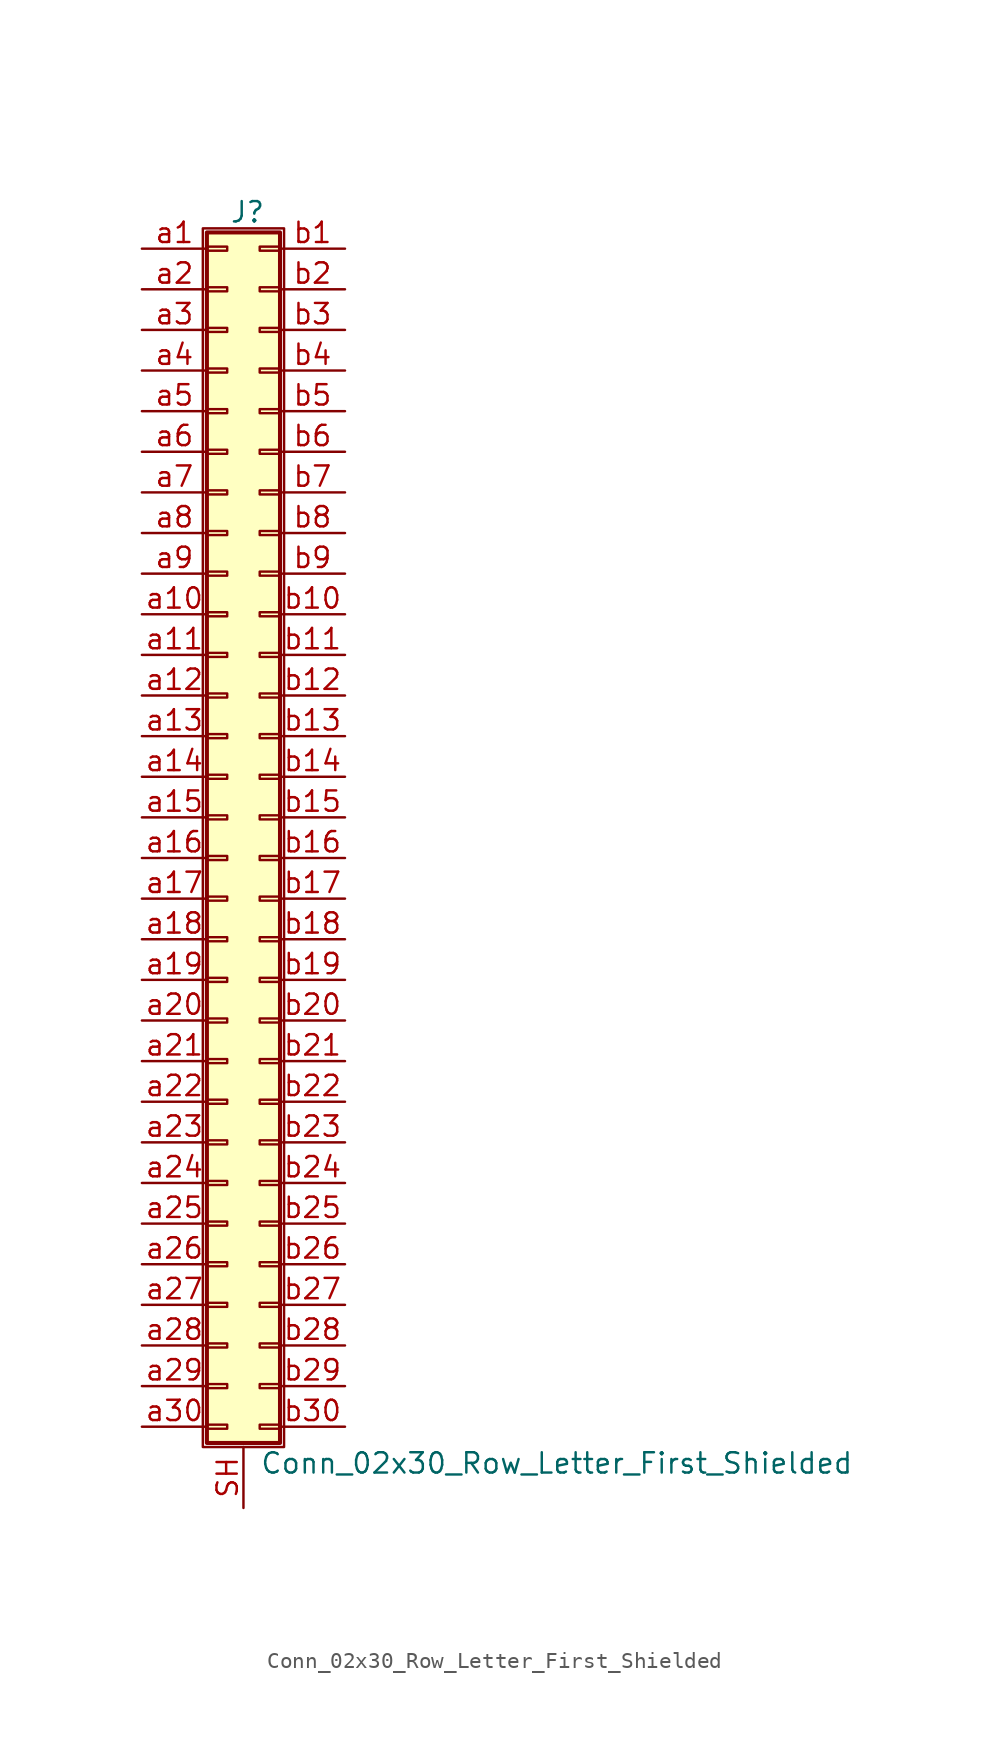
<source format=kicad_sym>
(kicad_symbol_lib
  (version 20201005)
  (generator kicad_symbol_editor)
  (symbol "Connector_Generic_Shielded:Conn_02x30_Row_Letter_First_Shielded"
    (pin_names
      (offset 1.016) hide)
    (property "Reference" "J"
      (at 1.524 37.846 0)
      (effects (font (size 1.27 1.27))))
    (property "Value" "Conn_02x30_Row_Letter_First_Shielded"
      (at 2.286 -40.386 0)
      (effects (font (size 1.27 1.27)) (justify left)))
    (symbol "Conn_02x30_Row_Letter_First_Shielded_1_1"
      (rectangle (start -1.016 -27.813) (end 0.254 -28.067) (stroke (width 0.152)) (fill (type none)))
      (rectangle (start -1.016 -30.353) (end 0.254 -30.607) (stroke (width 0.152)) (fill (type none)))
      (rectangle (start -1.016 -32.893) (end 0.254 -33.147) (stroke (width 0.152)) (fill (type none)))
      (rectangle (start -1.016 -35.433) (end 0.254 -35.687) (stroke (width 0.152)) (fill (type none)))
      (rectangle (start -1.016 -37.973) (end 0.254 -38.227) (stroke (width 0.152)) (fill (type none)))
      (rectangle (start -1.016 -4.953) (end 0.254 -5.207) (stroke (width 0.152)) (fill (type none)))
      (rectangle (start -1.016 -7.493) (end 0.254 -7.747) (stroke (width 0.152)) (fill (type none)))
      (rectangle (start -1.016 -10.033) (end 0.254 -10.287) (stroke (width 0.152)) (fill (type none)))
      (rectangle (start -1.016 -12.573) (end 0.254 -12.827) (stroke (width 0.152)) (fill (type none)))
      (rectangle (start -1.016 -15.113) (end 0.254 -15.367) (stroke (width 0.152)) (fill (type none)))
      (rectangle (start -1.016 -17.653) (end 0.254 -17.907) (stroke (width 0.152)) (fill (type none)))
      (rectangle (start -1.016 -20.193) (end 0.254 -20.447) (stroke (width 0.152)) (fill (type none)))
      (rectangle (start -1.016 -22.733) (end 0.254 -22.987) (stroke (width 0.152)) (fill (type none)))
      (rectangle (start -1.016 -2.413) (end 0.254 -2.667) (stroke (width 0.152)) (fill (type none)))
      (rectangle (start -1.016 -25.273) (end 0.254 -25.527) (stroke (width 0.152)) (fill (type none)))
      (rectangle (start -1.016 25.527) (end 0.254 25.273) (stroke (width 0.152)) (fill (type none)))
      (rectangle (start -1.016 2.667) (end 0.254 2.413) (stroke (width 0.152)) (fill (type none)))
      (rectangle (start -1.016 28.067) (end 0.254 27.813) (stroke (width 0.152)) (fill (type none)))
      (rectangle (start -1.016 30.607) (end 0.254 30.353) (stroke (width 0.152)) (fill (type none)))
      (rectangle (start -1.016 33.147) (end 0.254 32.893) (stroke (width 0.152)) (fill (type none)))
      (rectangle (start -1.016 35.687) (end 0.254 35.433) (stroke (width 0.152)) (fill (type none)))
      (rectangle (start -1.016 36.576) (end 3.556 -39.116) (stroke (width 0.254)) (fill (type background)))
      (rectangle (start -1.016 5.207) (end 0.254 4.953) (stroke (width 0.152)) (fill (type none)))
      (rectangle (start -1.016 7.747) (end 0.254 7.493) (stroke (width 0.152)) (fill (type none)))
      (rectangle (start -1.016 10.287) (end 0.254 10.033) (stroke (width 0.152)) (fill (type none)))
      (rectangle (start -1.016 0.127) (end 0.254 -0.127) (stroke (width 0.152)) (fill (type none)))
      (rectangle (start -1.016 12.827) (end 0.254 12.573) (stroke (width 0.152)) (fill (type none)))
      (rectangle (start -1.016 15.367) (end 0.254 15.113) (stroke (width 0.152)) (fill (type none)))
      (rectangle (start -1.016 17.907) (end 0.254 17.653) (stroke (width 0.152)) (fill (type none)))
      (rectangle (start -1.016 20.447) (end 0.254 20.193) (stroke (width 0.152)) (fill (type none)))
      (rectangle (start -1.016 22.987) (end 0.254 22.733) (stroke (width 0.152)) (fill (type none)))
      (rectangle (start -1.27 36.83) (end 3.81 -39.37) (stroke (width 0.152)) (fill (type none)))
      (rectangle (start 3.556 -27.813) (end 2.286 -28.067) (stroke (width 0.152)) (fill (type none)))
      (rectangle (start 3.556 -30.353) (end 2.286 -30.607) (stroke (width 0.152)) (fill (type none)))
      (rectangle (start 3.556 -32.893) (end 2.286 -33.147) (stroke (width 0.152)) (fill (type none)))
      (rectangle (start 3.556 -35.433) (end 2.286 -35.687) (stroke (width 0.152)) (fill (type none)))
      (rectangle (start 3.556 -37.973) (end 2.286 -38.227) (stroke (width 0.152)) (fill (type none)))
      (rectangle (start 3.556 -4.953) (end 2.286 -5.207) (stroke (width 0.152)) (fill (type none)))
      (rectangle (start 3.556 -7.493) (end 2.286 -7.747) (stroke (width 0.152)) (fill (type none)))
      (rectangle (start 3.556 -10.033) (end 2.286 -10.287) (stroke (width 0.152)) (fill (type none)))
      (rectangle (start 3.556 -12.573) (end 2.286 -12.827) (stroke (width 0.152)) (fill (type none)))
      (rectangle (start 3.556 -15.113) (end 2.286 -15.367) (stroke (width 0.152)) (fill (type none)))
      (rectangle (start 3.556 -17.653) (end 2.286 -17.907) (stroke (width 0.152)) (fill (type none)))
      (rectangle (start 3.556 -20.193) (end 2.286 -20.447) (stroke (width 0.152)) (fill (type none)))
      (rectangle (start 3.556 -22.733) (end 2.286 -22.987) (stroke (width 0.152)) (fill (type none)))
      (rectangle (start 3.556 -2.413) (end 2.286 -2.667) (stroke (width 0.152)) (fill (type none)))
      (rectangle (start 3.556 -25.273) (end 2.286 -25.527) (stroke (width 0.152)) (fill (type none)))
      (rectangle (start 3.556 25.527) (end 2.286 25.273) (stroke (width 0.152)) (fill (type none)))
      (rectangle (start 3.556 2.667) (end 2.286 2.413) (stroke (width 0.152)) (fill (type none)))
      (rectangle (start 3.556 28.067) (end 2.286 27.813) (stroke (width 0.152)) (fill (type none)))
      (rectangle (start 3.556 30.607) (end 2.286 30.353) (stroke (width 0.152)) (fill (type none)))
      (rectangle (start 3.556 33.147) (end 2.286 32.893) (stroke (width 0.152)) (fill (type none)))
      (rectangle (start 3.556 35.687) (end 2.286 35.433) (stroke (width 0.152)) (fill (type none)))
      (rectangle (start 3.556 5.207) (end 2.286 4.953) (stroke (width 0.152)) (fill (type none)))
      (rectangle (start 3.556 7.747) (end 2.286 7.493) (stroke (width 0.152)) (fill (type none)))
      (rectangle (start 3.556 10.287) (end 2.286 10.033) (stroke (width 0.152)) (fill (type none)))
      (rectangle (start 3.556 0.127) (end 2.286 -0.127) (stroke (width 0.152)) (fill (type none)))
      (rectangle (start 3.556 12.827) (end 2.286 12.573) (stroke (width 0.152)) (fill (type none)))
      (rectangle (start 3.556 15.367) (end 2.286 15.113) (stroke (width 0.152)) (fill (type none)))
      (rectangle (start 3.556 17.907) (end 2.286 17.653) (stroke (width 0.152)) (fill (type none)))
      (rectangle (start 3.556 20.447) (end 2.286 20.193) (stroke (width 0.152)) (fill (type none)))
      (rectangle (start 3.556 22.987) (end 2.286 22.733) (stroke (width 0.152)) (fill (type none)))
      (pin passive line (at -5.08 35.56 0) (length 4.064) (name "Pin_a1" (effects (font (size 1.27 1.27)))) (number "a1" (effects (font (size 1.27 1.27)))))
      (pin passive line (at -5.08 12.7 0) (length 4.064) (name "Pin_a10" (effects (font (size 1.27 1.27)))) (number "a10" (effects (font (size 1.27 1.27)))))
      (pin passive line (at -5.08 10.16 0) (length 4.064) (name "Pin_a11" (effects (font (size 1.27 1.27)))) (number "a11" (effects (font (size 1.27 1.27)))))
      (pin passive line (at -5.08 7.62 0) (length 4.064) (name "Pin_a12" (effects (font (size 1.27 1.27)))) (number "a12" (effects (font (size 1.27 1.27)))))
      (pin passive line (at -5.08 5.08 0) (length 4.064) (name "Pin_a13" (effects (font (size 1.27 1.27)))) (number "a13" (effects (font (size 1.27 1.27)))))
      (pin passive line (at -5.08 2.54 0) (length 4.064) (name "Pin_a14" (effects (font (size 1.27 1.27)))) (number "a14" (effects (font (size 1.27 1.27)))))
      (pin passive line (at -5.08 0 0) (length 4.064) (name "Pin_a15" (effects (font (size 1.27 1.27)))) (number "a15" (effects (font (size 1.27 1.27)))))
      (pin passive line (at -5.08 -2.54 0) (length 4.064) (name "Pin_a16" (effects (font (size 1.27 1.27)))) (number "a16" (effects (font (size 1.27 1.27)))))
      (pin passive line (at -5.08 -5.08 0) (length 4.064) (name "Pin_a17" (effects (font (size 1.27 1.27)))) (number "a17" (effects (font (size 1.27 1.27)))))
      (pin passive line (at -5.08 -7.62 0) (length 4.064) (name "Pin_a18" (effects (font (size 1.27 1.27)))) (number "a18" (effects (font (size 1.27 1.27)))))
      (pin passive line (at -5.08 -10.16 0) (length 4.064) (name "Pin_a19" (effects (font (size 1.27 1.27)))) (number "a19" (effects (font (size 1.27 1.27)))))
      (pin passive line (at -5.08 33.02 0) (length 4.064) (name "Pin_a2" (effects (font (size 1.27 1.27)))) (number "a2" (effects (font (size 1.27 1.27)))))
      (pin passive line (at -5.08 -12.7 0) (length 4.064) (name "Pin_a20" (effects (font (size 1.27 1.27)))) (number "a20" (effects (font (size 1.27 1.27)))))
      (pin passive line (at -5.08 -15.24 0) (length 4.064) (name "Pin_a21" (effects (font (size 1.27 1.27)))) (number "a21" (effects (font (size 1.27 1.27)))))
      (pin passive line (at -5.08 -17.78 0) (length 4.064) (name "Pin_a22" (effects (font (size 1.27 1.27)))) (number "a22" (effects (font (size 1.27 1.27)))))
      (pin passive line (at -5.08 -20.32 0) (length 4.064) (name "Pin_a23" (effects (font (size 1.27 1.27)))) (number "a23" (effects (font (size 1.27 1.27)))))
      (pin passive line (at -5.08 -22.86 0) (length 4.064) (name "Pin_a24" (effects (font (size 1.27 1.27)))) (number "a24" (effects (font (size 1.27 1.27)))))
      (pin passive line (at -5.08 -25.4 0) (length 4.064) (name "Pin_a25" (effects (font (size 1.27 1.27)))) (number "a25" (effects (font (size 1.27 1.27)))))
      (pin passive line (at -5.08 -27.94 0) (length 4.064) (name "Pin_a26" (effects (font (size 1.27 1.27)))) (number "a26" (effects (font (size 1.27 1.27)))))
      (pin passive line (at -5.08 -30.48 0) (length 4.064) (name "Pin_a27" (effects (font (size 1.27 1.27)))) (number "a27" (effects (font (size 1.27 1.27)))))
      (pin passive line (at -5.08 -33.02 0) (length 4.064) (name "Pin_a28" (effects (font (size 1.27 1.27)))) (number "a28" (effects (font (size 1.27 1.27)))))
      (pin passive line (at -5.08 -35.56 0) (length 4.064) (name "Pin_a29" (effects (font (size 1.27 1.27)))) (number "a29" (effects (font (size 1.27 1.27)))))
      (pin passive line (at -5.08 30.48 0) (length 4.064) (name "Pin_a3" (effects (font (size 1.27 1.27)))) (number "a3" (effects (font (size 1.27 1.27)))))
      (pin passive line (at -5.08 -38.1 0) (length 4.064) (name "Pin_a30" (effects (font (size 1.27 1.27)))) (number "a30" (effects (font (size 1.27 1.27)))))
      (pin passive line (at -5.08 27.94 0) (length 4.064) (name "Pin_a4" (effects (font (size 1.27 1.27)))) (number "a4" (effects (font (size 1.27 1.27)))))
      (pin passive line (at -5.08 25.4 0) (length 4.064) (name "Pin_a5" (effects (font (size 1.27 1.27)))) (number "a5" (effects (font (size 1.27 1.27)))))
      (pin passive line (at -5.08 22.86 0) (length 4.064) (name "Pin_a6" (effects (font (size 1.27 1.27)))) (number "a6" (effects (font (size 1.27 1.27)))))
      (pin passive line (at -5.08 20.32 0) (length 4.064) (name "Pin_a7" (effects (font (size 1.27 1.27)))) (number "a7" (effects (font (size 1.27 1.27)))))
      (pin passive line (at -5.08 17.78 0) (length 4.064) (name "Pin_a8" (effects (font (size 1.27 1.27)))) (number "a8" (effects (font (size 1.27 1.27)))))
      (pin passive line (at -5.08 15.24 0) (length 4.064) (name "Pin_a9" (effects (font (size 1.27 1.27)))) (number "a9" (effects (font (size 1.27 1.27)))))
      (pin passive line (at 7.62 35.56 180) (length 4.064) (name "Pin_b1" (effects (font (size 1.27 1.27)))) (number "b1" (effects (font (size 1.27 1.27)))))
      (pin passive line (at 7.62 12.7 180) (length 4.064) (name "Pin_b10" (effects (font (size 1.27 1.27)))) (number "b10" (effects (font (size 1.27 1.27)))))
      (pin passive line (at 7.62 10.16 180) (length 4.064) (name "Pin_b11" (effects (font (size 1.27 1.27)))) (number "b11" (effects (font (size 1.27 1.27)))))
      (pin passive line (at 7.62 7.62 180) (length 4.064) (name "Pin_b12" (effects (font (size 1.27 1.27)))) (number "b12" (effects (font (size 1.27 1.27)))))
      (pin passive line (at 7.62 5.08 180) (length 4.064) (name "Pin_b13" (effects (font (size 1.27 1.27)))) (number "b13" (effects (font (size 1.27 1.27)))))
      (pin passive line (at 7.62 2.54 180) (length 4.064) (name "Pin_b14" (effects (font (size 1.27 1.27)))) (number "b14" (effects (font (size 1.27 1.27)))))
      (pin passive line (at 7.62 0 180) (length 4.064) (name "Pin_b15" (effects (font (size 1.27 1.27)))) (number "b15" (effects (font (size 1.27 1.27)))))
      (pin passive line (at 7.62 -2.54 180) (length 4.064) (name "Pin_b16" (effects (font (size 1.27 1.27)))) (number "b16" (effects (font (size 1.27 1.27)))))
      (pin passive line (at 7.62 -5.08 180) (length 4.064) (name "Pin_b17" (effects (font (size 1.27 1.27)))) (number "b17" (effects (font (size 1.27 1.27)))))
      (pin passive line (at 7.62 -7.62 180) (length 4.064) (name "Pin_b18" (effects (font (size 1.27 1.27)))) (number "b18" (effects (font (size 1.27 1.27)))))
      (pin passive line (at 7.62 -10.16 180) (length 4.064) (name "Pin_b19" (effects (font (size 1.27 1.27)))) (number "b19" (effects (font (size 1.27 1.27)))))
      (pin passive line (at 7.62 33.02 180) (length 4.064) (name "Pin_b2" (effects (font (size 1.27 1.27)))) (number "b2" (effects (font (size 1.27 1.27)))))
      (pin passive line (at 7.62 -12.7 180) (length 4.064) (name "Pin_b20" (effects (font (size 1.27 1.27)))) (number "b20" (effects (font (size 1.27 1.27)))))
      (pin passive line (at 7.62 -15.24 180) (length 4.064) (name "Pin_b21" (effects (font (size 1.27 1.27)))) (number "b21" (effects (font (size 1.27 1.27)))))
      (pin passive line (at 7.62 -17.78 180) (length 4.064) (name "Pin_b22" (effects (font (size 1.27 1.27)))) (number "b22" (effects (font (size 1.27 1.27)))))
      (pin passive line (at 7.62 -20.32 180) (length 4.064) (name "Pin_b23" (effects (font (size 1.27 1.27)))) (number "b23" (effects (font (size 1.27 1.27)))))
      (pin passive line (at 7.62 -22.86 180) (length 4.064) (name "Pin_b24" (effects (font (size 1.27 1.27)))) (number "b24" (effects (font (size 1.27 1.27)))))
      (pin passive line (at 7.62 -25.4 180) (length 4.064) (name "Pin_b25" (effects (font (size 1.27 1.27)))) (number "b25" (effects (font (size 1.27 1.27)))))
      (pin passive line (at 7.62 -27.94 180) (length 4.064) (name "Pin_b26" (effects (font (size 1.27 1.27)))) (number "b26" (effects (font (size 1.27 1.27)))))
      (pin passive line (at 7.62 -30.48 180) (length 4.064) (name "Pin_b27" (effects (font (size 1.27 1.27)))) (number "b27" (effects (font (size 1.27 1.27)))))
      (pin passive line (at 7.62 -33.02 180) (length 4.064) (name "Pin_b28" (effects (font (size 1.27 1.27)))) (number "b28" (effects (font (size 1.27 1.27)))))
      (pin passive line (at 7.62 -35.56 180) (length 4.064) (name "Pin_b29" (effects (font (size 1.27 1.27)))) (number "b29" (effects (font (size 1.27 1.27)))))
      (pin passive line (at 7.62 30.48 180) (length 4.064) (name "Pin_b3" (effects (font (size 1.27 1.27)))) (number "b3" (effects (font (size 1.27 1.27)))))
      (pin passive line (at 7.62 -38.1 180) (length 4.064) (name "Pin_b30" (effects (font (size 1.27 1.27)))) (number "b30" (effects (font (size 1.27 1.27)))))
      (pin passive line (at 7.62 27.94 180) (length 4.064) (name "Pin_b4" (effects (font (size 1.27 1.27)))) (number "b4" (effects (font (size 1.27 1.27)))))
      (pin passive line (at 7.62 25.4 180) (length 4.064) (name "Pin_b5" (effects (font (size 1.27 1.27)))) (number "b5" (effects (font (size 1.27 1.27)))))
      (pin passive line (at 7.62 22.86 180) (length 4.064) (name "Pin_b6" (effects (font (size 1.27 1.27)))) (number "b6" (effects (font (size 1.27 1.27)))))
      (pin passive line (at 7.62 20.32 180) (length 4.064) (name "Pin_b7" (effects (font (size 1.27 1.27)))) (number "b7" (effects (font (size 1.27 1.27)))))
      (pin passive line (at 7.62 17.78 180) (length 4.064) (name "Pin_b8" (effects (font (size 1.27 1.27)))) (number "b8" (effects (font (size 1.27 1.27)))))
      (pin passive line (at 7.62 15.24 180) (length 4.064) (name "Pin_b9" (effects (font (size 1.27 1.27)))) (number "b9" (effects (font (size 1.27 1.27)))))
      (pin passive line (at 1.27 -43.18 90) (length 3.81) (name "Shield" (effects (font (size 1.27 1.27)))) (number "SH" (effects (font (size 1.27 1.27))))))))
</source>
